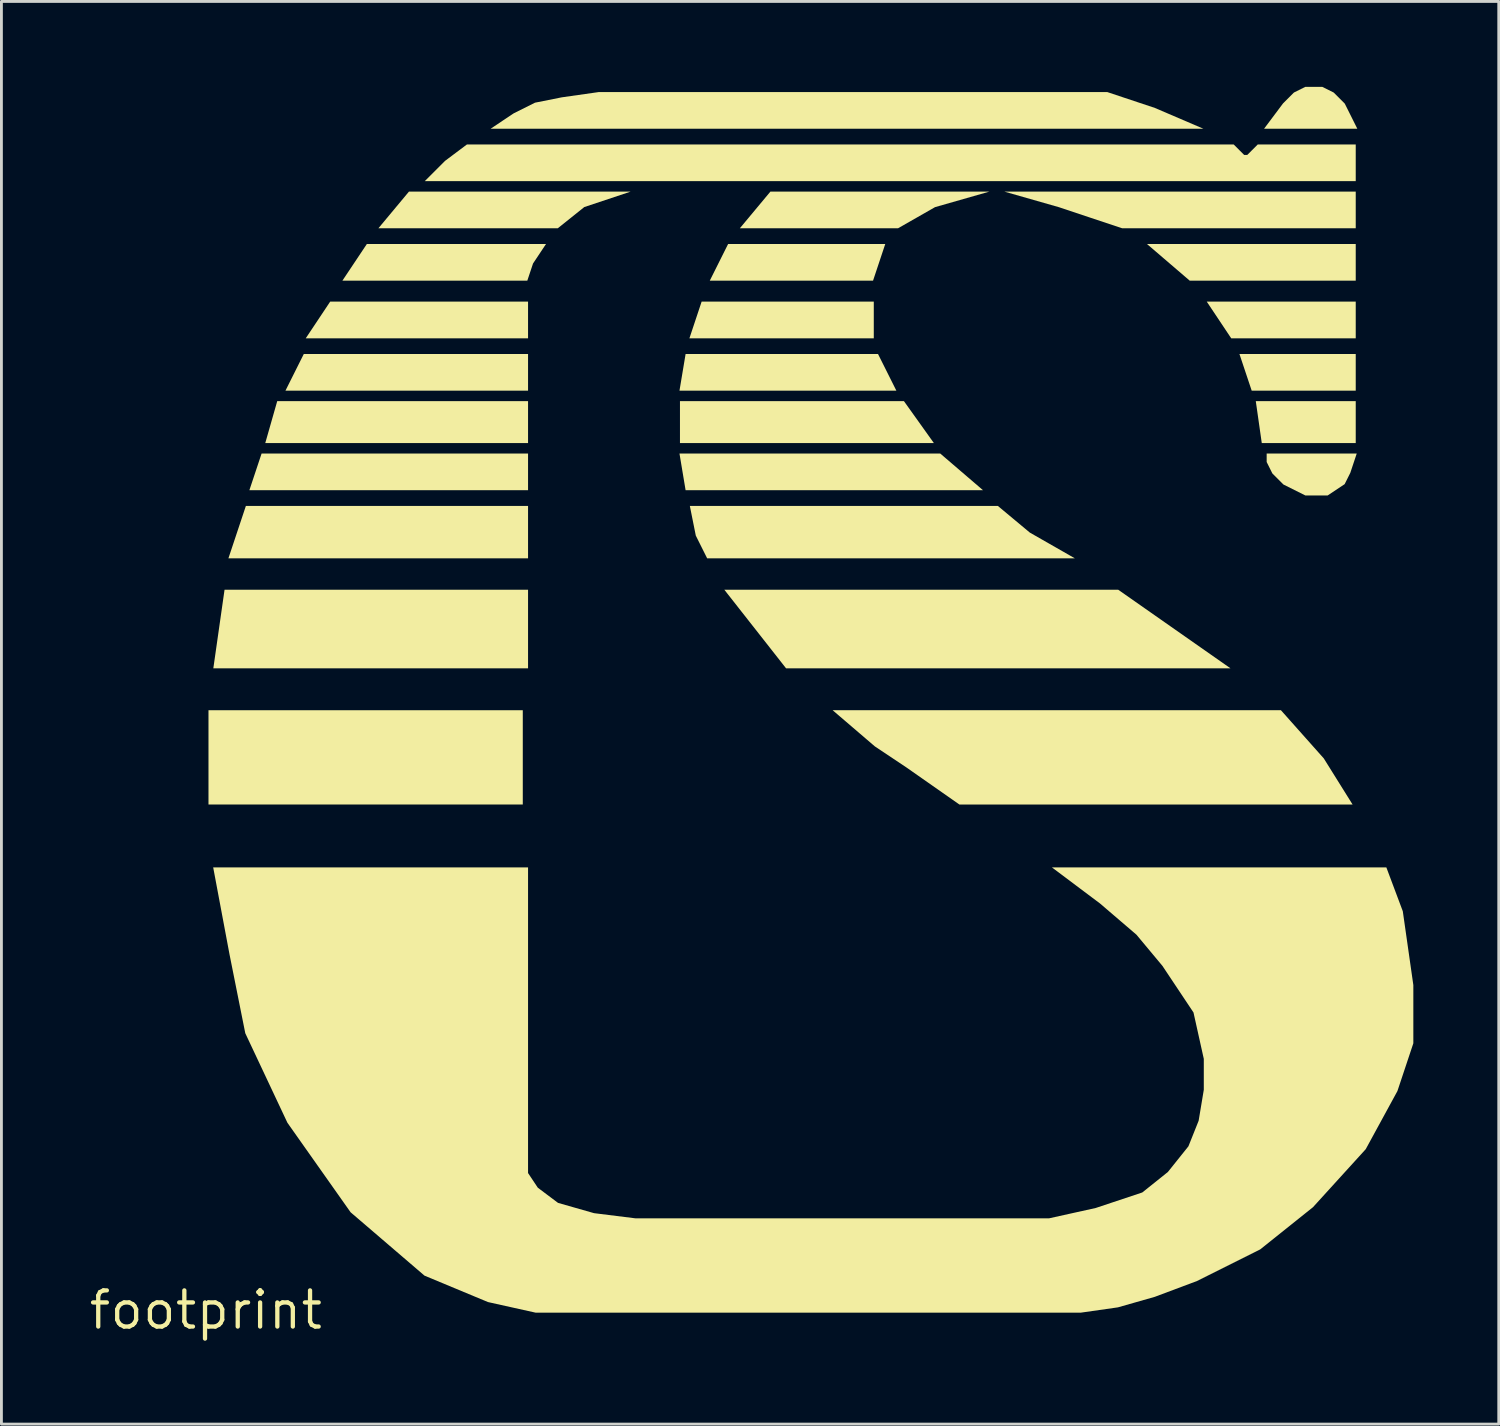
<source format=kicad_pcb>
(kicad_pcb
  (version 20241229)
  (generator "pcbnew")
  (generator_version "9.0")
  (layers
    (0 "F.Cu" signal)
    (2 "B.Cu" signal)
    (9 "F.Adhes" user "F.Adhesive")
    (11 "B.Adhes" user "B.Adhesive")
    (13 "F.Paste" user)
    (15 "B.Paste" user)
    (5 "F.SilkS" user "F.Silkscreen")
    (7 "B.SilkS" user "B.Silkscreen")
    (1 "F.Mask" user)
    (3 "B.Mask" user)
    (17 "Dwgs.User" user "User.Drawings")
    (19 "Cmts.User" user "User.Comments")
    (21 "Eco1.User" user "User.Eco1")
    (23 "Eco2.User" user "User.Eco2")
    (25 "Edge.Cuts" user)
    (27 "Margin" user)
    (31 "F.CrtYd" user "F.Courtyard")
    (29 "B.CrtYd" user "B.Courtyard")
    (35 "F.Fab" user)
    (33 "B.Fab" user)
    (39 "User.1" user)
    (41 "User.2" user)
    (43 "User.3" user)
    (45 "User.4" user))
  (footprint "footprint"
    (layer "F.Cu")
    (at 4.18 42.958)
    (property "Reference" "footprint" (at 0 0 0) (layer "F.SilkS") (effects (font (size 1.27 1.27) (thickness 0.15))))
    (fp_poly (pts (xy 11.13 -17.754) (xy 0.092 -17.754) (xy 0.092 -21.065) (xy 11.13 -21.065)) (stroke (width 0) (type solid)) (fill yes) (layer "F.SilkS"))
    (fp_poly (pts (xy 11.315 -34.127) (xy 3.508 -34.127) (xy 4.366 -35.415) (xy 11.315 -35.415)) (stroke (width 0) (type solid)) (fill yes) (layer "F.SilkS"))
    (fp_poly (pts (xy 11.315 -32.288) (xy 2.795 -32.288) (xy 3.439 -33.575) (xy 11.315 -33.575)) (stroke (width 0) (type solid)) (fill yes) (layer "F.SilkS"))
    (fp_poly (pts (xy 11.315 -30.448) (xy 2.086 -30.448) (xy 2.506 -31.92) (xy 11.315 -31.92)) (stroke (width 0) (type solid)) (fill yes) (layer "F.SilkS"))
    (fp_poly (pts (xy 11.315 -28.792) (xy 1.528 -28.792) (xy 1.957 -30.08) (xy 11.315 -30.08)) (stroke (width 0) (type solid)) (fill yes) (layer "F.SilkS"))
    (fp_poly (pts (xy 11.315 -26.4) (xy 0.792 -26.4) (xy 1.405 -28.24) (xy 11.315 -28.24)) (stroke (width 0) (type solid)) (fill yes) (layer "F.SilkS"))
    (fp_poly (pts (xy 11.315 -22.537) (xy 0.262 -22.537) (xy 0.656 -25.297) (xy 11.315 -25.297)) (stroke (width 0) (type solid)) (fill yes) (layer "F.SilkS"))
    (fp_poly (pts (xy 23.431 -36.151) (xy 17.697 -36.151) (xy 18.341 -37.439) (xy 23.86 -37.439)) (stroke (width 0) (type solid)) (fill yes) (layer "F.SilkS"))
    (fp_poly (pts (xy 23.457 -34.127) (xy 16.982 -34.127) (xy 17.411 -35.415) (xy 23.457 -35.415)) (stroke (width 0) (type solid)) (fill yes) (layer "F.SilkS"))
    (fp_poly (pts (xy 24.25 -32.288) (xy 16.633 -32.288) (xy 16.848 -33.575) (xy 23.606 -33.575)) (stroke (width 0) (type solid)) (fill yes) (layer "F.SilkS"))
    (fp_poly (pts (xy 25.567 -30.448) (xy 16.65 -30.448) (xy 16.65 -31.92) (xy 24.516 -31.92)) (stroke (width 0) (type solid)) (fill yes) (layer "F.SilkS"))
    (fp_poly (pts (xy 27.293 -28.792) (xy 16.848 -28.792) (xy 16.633 -30.08) (xy 25.791 -30.08)) (stroke (width 0) (type solid)) (fill yes) (layer "F.SilkS"))
    (fp_poly (pts (xy 35.983 -22.537) (xy 20.376 -22.537) (xy 18.208 -25.297) (xy 32.041 -25.297)) (stroke (width 0) (type solid)) (fill yes) (layer "F.SilkS"))
    (fp_poly (pts (xy 40.383 -36.151) (xy 34.553 -36.151) (xy 33.051 -37.439) (xy 40.383 -37.439)) (stroke (width 0) (type solid)) (fill yes) (layer "F.SilkS"))
    (fp_poly (pts (xy 40.383 -34.127) (xy 36.01 -34.127) (xy 35.151 -35.415) (xy 40.383 -35.415)) (stroke (width 0) (type solid)) (fill yes) (layer "F.SilkS"))
    (fp_poly (pts (xy 40.383 -32.288) (xy 36.729 -32.288) (xy 36.299 -33.575) (xy 40.383 -33.575)) (stroke (width 0) (type solid)) (fill yes) (layer "F.SilkS"))
    (fp_poly (pts (xy 40.383 -30.448) (xy 37.083 -30.448) (xy 36.873 -31.92) (xy 40.383 -31.92)) (stroke (width 0) (type solid)) (fill yes) (layer "F.SilkS"))
    (fp_poly (pts (xy 11.49 -36.754) (xy 11.289 -36.151) (xy 4.795 -36.151) (xy 5.654 -37.439) (xy 11.946 -37.439)) (stroke (width 0) (type solid)) (fill yes) (layer "F.SilkS"))
    (fp_poly (pts (xy 13.291 -38.737) (xy 12.359 -37.991) (xy 6.059 -37.991) (xy 7.132 -39.279) (xy 14.917 -39.279)) (stroke (width 0) (type solid)) (fill yes) (layer "F.SilkS"))
    (fp_poly (pts (xy 25.608 -38.733) (xy 24.309 -37.991) (xy 18.753 -37.991) (xy 19.826 -39.279) (xy 27.517 -39.279)) (stroke (width 0) (type solid)) (fill yes) (layer "F.SilkS"))
    (fp_poly (pts (xy 28.937 -27.304) (xy 30.518 -26.4) (xy 17.605 -26.4) (xy 17.206 -27.198) (xy 16.997 -28.24) (xy 27.814 -28.24)) (stroke (width 0) (type solid)) (fill yes) (layer "F.SilkS"))
    (fp_poly (pts (xy 40.383 -37.991) (xy 32.181 -37.991) (xy 31.063 -38.363) (xy 29.961 -38.731) (xy 28.043 -39.279) (xy 40.383 -39.279)) (stroke (width 0) (type solid)) (fill yes) (layer "F.SilkS"))
    (fp_poly (pts (xy 39.261 -19.373) (xy 40.272 -17.754) (xy 26.463 -17.754) (xy 24.601 -19.057) (xy 23.493 -19.796) (xy 22.012 -21.065) (xy 37.756 -21.065)) (stroke (width 0) (type solid)) (fill yes) (layer "F.SilkS"))
    (fp_poly (pts (xy 33.332 -42.216) (xy 35.035 -41.486) (xy 9.999 -41.486) (xy 10.808 -42.026) (xy 11.56 -42.402) (xy 12.495 -42.589) (xy 13.792 -42.774) (xy 31.659 -42.774)) (stroke (width 0) (type solid)) (fill yes) (layer "F.SilkS"))
    (fp_poly (pts (xy 39.609 -42.758) (xy 39.998 -42.369) (xy 40.189 -41.987) (xy 40.439 -41.486) (xy 37.163 -41.486) (xy 37.829 -42.375) (xy 38.212 -42.758) (xy 38.613 -42.958) (xy 39.208 -42.958)) (stroke (width 0) (type solid)) (fill yes) (layer "F.SilkS"))
    (fp_poly (pts (xy 40.192 -29.401) (xy 39.994 -29.005) (xy 39.398 -28.608) (xy 38.613 -28.608) (xy 37.844 -28.992) (xy 37.455 -29.381) (xy 37.255 -29.782) (xy 37.255 -30.08) (xy 40.418 -30.08)) (stroke (width 0) (type solid)) (fill yes) (layer "F.SilkS"))
    (fp_poly (pts (xy 36.308 -40.723) (xy 36.465 -40.566) (xy 36.573 -40.566) (xy 36.941 -40.934) (xy 40.383 -40.934) (xy 40.383 -39.647) (xy 7.689 -39.647) (xy 8.402 -40.36) (xy 9.168 -40.934) (xy 36.097 -40.934)) (stroke (width 0) (type solid)) (fill yes) (layer "F.SilkS"))
    (fp_poly (pts (xy 11.315 -4.811) (xy 11.658 -4.296) (xy 12.368 -3.763) (xy 13.633 -3.402) (xy 15.092 -3.22) (xy 29.61 -3.22) (xy 31.251 -3.584) (xy 32.887 -4.129) (xy 33.786 -4.849) (xy 34.507 -5.75) (xy 34.866 -6.648) (xy 35.047 -7.735) (xy 35.047 -8.821) (xy 34.685 -10.45) (xy 33.594 -12.087) (xy 32.682 -13.181) (xy 31.402 -14.278) (xy 29.712 -15.546) (xy 41.458 -15.546) (xy 42.036 -14.005) (xy 42.406 -11.413) (xy 42.406 -9.368) (xy 41.847 -7.69) (xy 40.734 -5.649) (xy 38.882 -3.612) (xy 37.029 -2.13) (xy 34.808 -1.019) (xy 33.328 -0.464) (xy 32.031 -0.094) (xy 30.73 0.092) (xy 11.58 0.092) (xy 9.907 -0.28) (xy 7.678 -1.208) (xy 5.083 -3.433) (xy 2.864 -6.577) (xy 1.384 -9.722) (xy 0.83 -12.493) (xy 0.257 -15.546) (xy 11.315 -15.546)) (stroke (width 0) (type solid)) (fill yes) (layer "F.SilkS")))
  (gr_rect
    (start -3 -3)
    (end 49.586 46.964)
    (stroke (width 0.1) (type default))
    (fill no)
    (layer "Edge.Cuts")))
</source>
